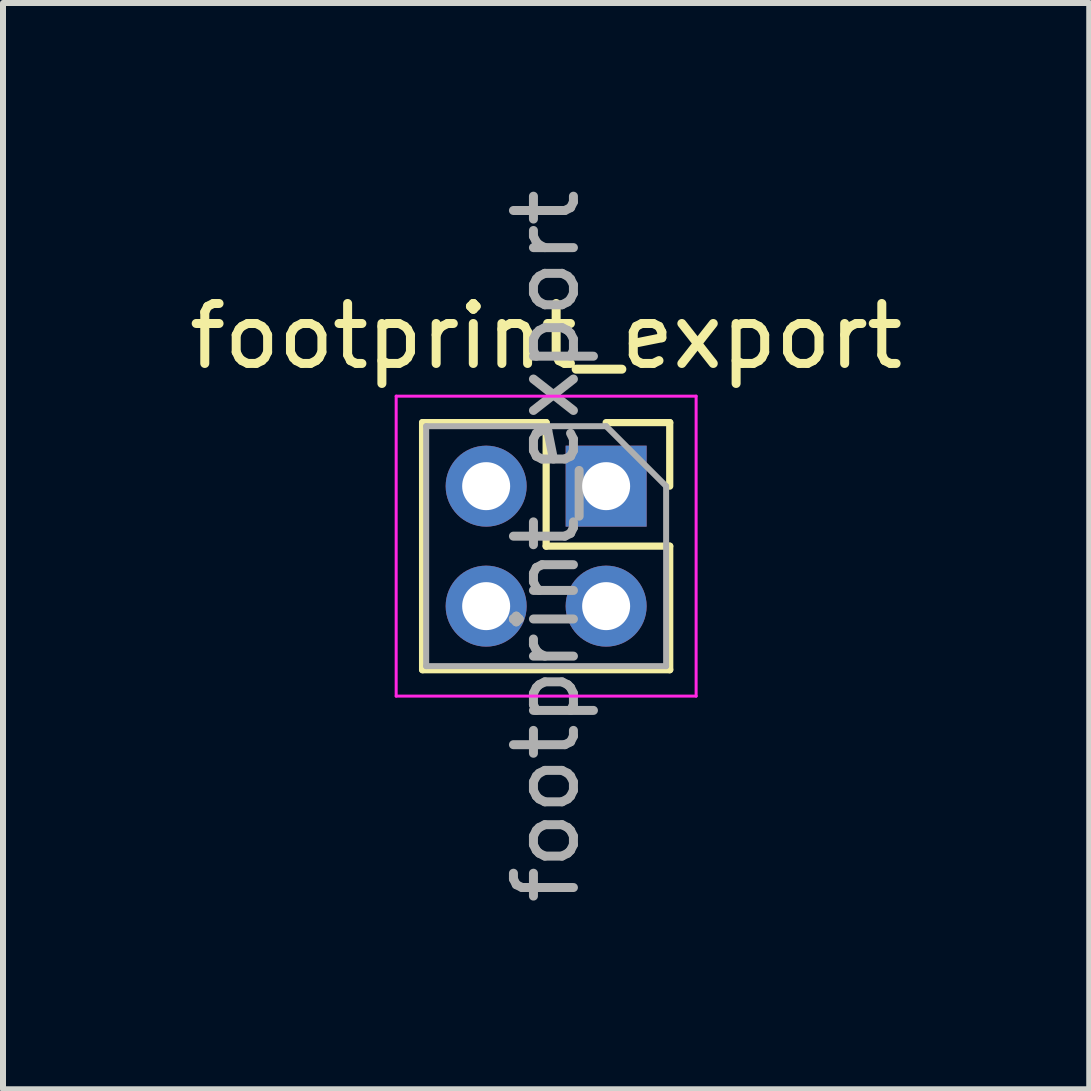
<source format=kicad_pcb>
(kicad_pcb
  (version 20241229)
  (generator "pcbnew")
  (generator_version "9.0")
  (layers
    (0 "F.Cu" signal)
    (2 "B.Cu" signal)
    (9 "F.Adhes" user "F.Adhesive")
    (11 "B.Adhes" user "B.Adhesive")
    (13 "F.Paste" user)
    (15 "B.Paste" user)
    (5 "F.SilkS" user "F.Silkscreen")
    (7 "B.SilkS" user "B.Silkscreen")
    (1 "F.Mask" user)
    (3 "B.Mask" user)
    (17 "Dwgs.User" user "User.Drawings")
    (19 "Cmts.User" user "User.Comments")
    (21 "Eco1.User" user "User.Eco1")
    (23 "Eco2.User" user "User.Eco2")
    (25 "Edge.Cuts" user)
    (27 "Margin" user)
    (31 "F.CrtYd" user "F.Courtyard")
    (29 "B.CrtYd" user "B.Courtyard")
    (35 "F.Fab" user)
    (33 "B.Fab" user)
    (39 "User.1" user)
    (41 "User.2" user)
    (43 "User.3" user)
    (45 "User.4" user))
  (footprint "footprint_export"
    (layer "F.Cu")
    (at 7.054 5.054)
    (property "Reference" "footprint_export" (at -1 -2.5 0) (layer "F.SilkS") (effects (font (size 1 1) (thickness 0.15))))
    (attr through_hole)
    (fp_line (start -3.06 -1.06) (end -3.06 3.06) (stroke (width 0.12) (type solid)) (layer "F.SilkS"))
    (fp_line (start -3.06 -1.06) (end -1 -1.06) (stroke (width 0.12) (type solid)) (layer "F.SilkS"))
    (fp_line (start -3.06 3.06) (end 1.06 3.06) (stroke (width 0.12) (type solid)) (layer "F.SilkS"))
    (fp_line (start -1 -1.06) (end -1 1) (stroke (width 0.12) (type solid)) (layer "F.SilkS"))
    (fp_line (start -1 1) (end 1.06 1) (stroke (width 0.12) (type solid)) (layer "F.SilkS"))
    (fp_line (start 0 -1.06) (end 1.06 -1.06) (stroke (width 0.12) (type solid)) (layer "F.SilkS"))
    (fp_line (start 1.06 -1.06) (end 1.06 0) (stroke (width 0.12) (type solid)) (layer "F.SilkS"))
    (fp_line (start 1.06 1) (end 1.06 3.06) (stroke (width 0.12) (type solid)) (layer "F.SilkS"))
    (fp_line (start -3.5 -1.5) (end 1.5 -1.5) (stroke (width 0.05) (type solid)) (layer "F.CrtYd"))
    (fp_line (start -3.5 3.5) (end -3.5 -1.5) (stroke (width 0.05) (type solid)) (layer "F.CrtYd"))
    (fp_line (start 1.5 -1.5) (end 1.5 3.5) (stroke (width 0.05) (type solid)) (layer "F.CrtYd"))
    (fp_line (start 1.5 3.5) (end -3.5 3.5) (stroke (width 0.05) (type solid)) (layer "F.CrtYd"))
    (fp_line (start -3 -1) (end 0 -1) (stroke (width 0.1) (type solid)) (layer "F.Fab"))
    (fp_line (start -3 3) (end -3 -1) (stroke (width 0.1) (type solid)) (layer "F.Fab"))
    (fp_line (start 0 -1) (end 1 0) (stroke (width 0.1) (type solid)) (layer "F.Fab"))
    (fp_line (start 1 0) (end 1 3) (stroke (width 0.1) (type solid)) (layer "F.Fab"))
    (fp_line (start 1 3) (end -3 3) (stroke (width 0.1) (type solid)) (layer "F.Fab"))
    (fp_text user "${REFERENCE}" (at -1 1 90) (layer "F.Fab") (effects (font (size 1 1) (thickness 0.15))))
    (pad "1" thru_hole rect (at 0 0) (size 1.35 1.35) (drill 0.8) (layers "*.Cu" "*.Mask"))
    (pad "2" thru_hole oval (at -2 0) (size 1.35 1.35) (drill 0.8) (layers "*.Cu" "*.Mask"))
    (pad "3" thru_hole oval (at 0 2) (size 1.35 1.35) (drill 0.8) (layers "*.Cu" "*.Mask"))
    (pad "4" thru_hole oval (at -2 2) (size 1.35 1.35) (drill 0.8) (layers "*.Cu" "*.Mask")))
  (gr_rect
    (start -3 -3)
    (end 15.107 15.107)
    (stroke (width 0.1) (type default))
    (fill no)
    (layer "Edge.Cuts")))
</source>
